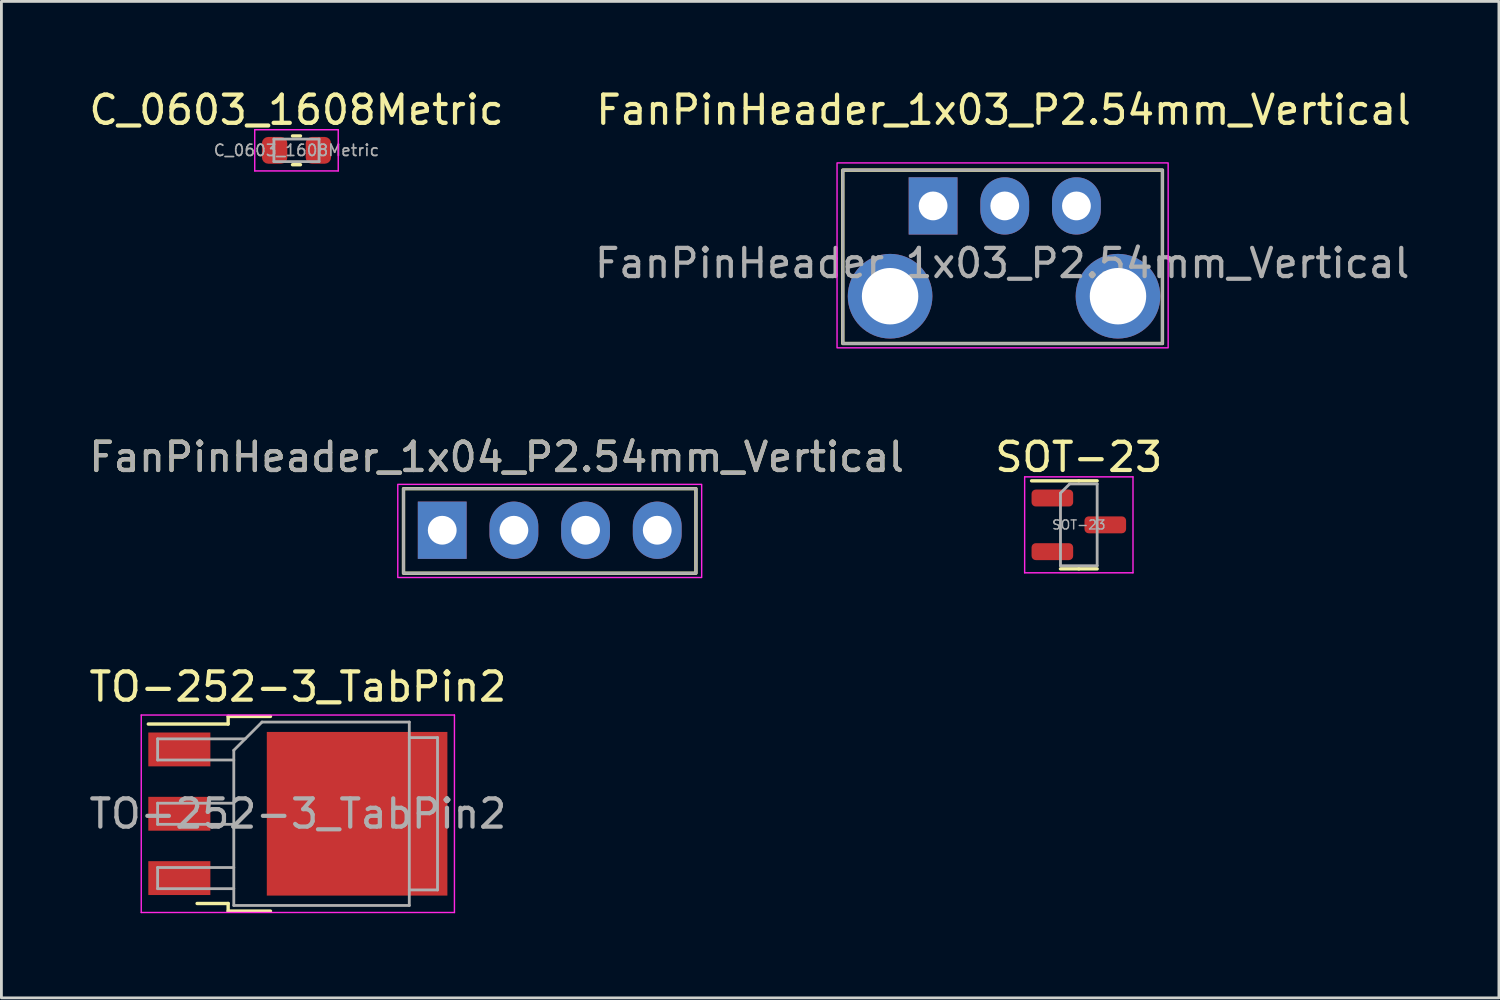
<source format=kicad_pcb>
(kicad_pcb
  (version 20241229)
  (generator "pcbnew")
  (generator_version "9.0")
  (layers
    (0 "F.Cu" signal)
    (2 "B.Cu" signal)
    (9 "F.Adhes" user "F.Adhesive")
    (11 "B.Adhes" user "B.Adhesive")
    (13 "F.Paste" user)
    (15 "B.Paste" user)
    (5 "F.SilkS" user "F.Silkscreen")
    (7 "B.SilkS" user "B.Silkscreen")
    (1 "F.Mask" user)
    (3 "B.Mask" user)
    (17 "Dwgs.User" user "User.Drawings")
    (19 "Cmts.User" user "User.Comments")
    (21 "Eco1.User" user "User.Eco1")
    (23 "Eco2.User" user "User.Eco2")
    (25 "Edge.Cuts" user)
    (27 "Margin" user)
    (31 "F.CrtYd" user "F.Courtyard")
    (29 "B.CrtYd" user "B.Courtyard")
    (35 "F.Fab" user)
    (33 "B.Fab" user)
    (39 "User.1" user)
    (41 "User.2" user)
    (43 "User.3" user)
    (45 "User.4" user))
  (footprint "C_0603_1608Metric"
    (layer "F.Cu")
    (at 7.458 2.278)
    (property "Reference" "C_0603_1608Metric" (at 0 -1.43 0) (layer "F.SilkS") (effects (font (size 1 1) (thickness 0.15))))
    (attr smd)
    (fp_line (start -0.141 -0.51) (end 0.141 -0.51) (stroke (width 0.12) (type solid)) (layer "F.SilkS"))
    (fp_line (start -0.141 0.51) (end 0.141 0.51) (stroke (width 0.12) (type solid)) (layer "F.SilkS"))
    (fp_line (start -1.48 -0.73) (end 1.48 -0.73) (stroke (width 0.05) (type solid)) (layer "F.CrtYd"))
    (fp_line (start -1.48 0.73) (end -1.48 -0.73) (stroke (width 0.05) (type solid)) (layer "F.CrtYd"))
    (fp_line (start 1.48 -0.73) (end 1.48 0.73) (stroke (width 0.05) (type solid)) (layer "F.CrtYd"))
    (fp_line (start 1.48 0.73) (end -1.48 0.73) (stroke (width 0.05) (type solid)) (layer "F.CrtYd"))
    (fp_line (start -0.8 -0.4) (end 0.8 -0.4) (stroke (width 0.1) (type solid)) (layer "F.Fab"))
    (fp_line (start -0.8 0.4) (end -0.8 -0.4) (stroke (width 0.1) (type solid)) (layer "F.Fab"))
    (fp_line (start 0.8 -0.4) (end 0.8 0.4) (stroke (width 0.1) (type solid)) (layer "F.Fab"))
    (fp_line (start 0.8 0.4) (end -0.8 0.4) (stroke (width 0.1) (type solid)) (layer "F.Fab"))
    (fp_text user "${REFERENCE}" (at 0 0 0) (layer "F.Fab") (effects (font (size 0.4 0.4) (thickness 0.06))))
    (pad "1" smd roundrect (at -0.775 0) (size 0.9 0.95) (layers "F.Cu" "F.Mask" "F.Paste") (roundrect_rratio 0.25))
    (pad "2" smd roundrect (at 0.775 0) (size 0.9 0.95) (layers "F.Cu" "F.Mask" "F.Paste") (roundrect_rratio 0.25)))
  (footprint "TO-252-3_TabPin2"
    (layer "F.Cu")
    (at 7.506 25.791)
    (property "Reference" "TO-252-3_TabPin2" (at 0 -4.5 0) (layer "F.SilkS") (effects (font (size 1 1) (thickness 0.15))))
    (attr smd)
    (fp_line (start -2.47 -3.45) (end -2.47 -3.18) (stroke (width 0.12) (type solid)) (layer "F.SilkS"))
    (fp_line (start -2.47 -3.18) (end -5.3 -3.18) (stroke (width 0.12) (type solid)) (layer "F.SilkS"))
    (fp_line (start -2.47 3.18) (end -3.57 3.18) (stroke (width 0.12) (type solid)) (layer "F.SilkS"))
    (fp_line (start -2.47 3.45) (end -2.47 3.18) (stroke (width 0.12) (type solid)) (layer "F.SilkS"))
    (fp_line (start -0.97 -3.45) (end -2.47 -3.45) (stroke (width 0.12) (type solid)) (layer "F.SilkS"))
    (fp_line (start -0.97 3.45) (end -2.47 3.45) (stroke (width 0.12) (type solid)) (layer "F.SilkS"))
    (fp_line (start -5.55 -3.5) (end -5.55 3.5) (stroke (width 0.05) (type solid)) (layer "F.CrtYd"))
    (fp_line (start -5.55 3.5) (end 5.55 3.5) (stroke (width 0.05) (type solid)) (layer "F.CrtYd"))
    (fp_line (start 5.55 -3.5) (end -5.55 -3.5) (stroke (width 0.05) (type solid)) (layer "F.CrtYd"))
    (fp_line (start 5.55 3.5) (end 5.55 -3.5) (stroke (width 0.05) (type solid)) (layer "F.CrtYd"))
    (fp_line (start -4.97 -2.655) (end -4.97 -1.905) (stroke (width 0.1) (type solid)) (layer "F.Fab"))
    (fp_line (start -4.97 -1.905) (end -2.27 -1.905) (stroke (width 0.1) (type solid)) (layer "F.Fab"))
    (fp_line (start -4.97 -0.375) (end -4.97 0.375) (stroke (width 0.1) (type solid)) (layer "F.Fab"))
    (fp_line (start -4.97 0.375) (end -2.27 0.375) (stroke (width 0.1) (type solid)) (layer "F.Fab"))
    (fp_line (start -4.97 1.905) (end -4.97 2.655) (stroke (width 0.1) (type solid)) (layer "F.Fab"))
    (fp_line (start -4.97 2.655) (end -2.27 2.655) (stroke (width 0.1) (type solid)) (layer "F.Fab"))
    (fp_line (start -2.27 -2.25) (end -1.27 -3.25) (stroke (width 0.1) (type solid)) (layer "F.Fab"))
    (fp_line (start -2.27 -0.375) (end -4.97 -0.375) (stroke (width 0.1) (type solid)) (layer "F.Fab"))
    (fp_line (start -2.27 1.905) (end -4.97 1.905) (stroke (width 0.1) (type solid)) (layer "F.Fab"))
    (fp_line (start -2.27 3.25) (end -2.27 -2.25) (stroke (width 0.1) (type solid)) (layer "F.Fab"))
    (fp_line (start -1.865 -2.655) (end -4.97 -2.655) (stroke (width 0.1) (type solid)) (layer "F.Fab"))
    (fp_line (start -1.27 -3.25) (end 3.95 -3.25) (stroke (width 0.1) (type solid)) (layer "F.Fab"))
    (fp_line (start 3.95 -3.25) (end 3.95 3.25) (stroke (width 0.1) (type solid)) (layer "F.Fab"))
    (fp_line (start 3.95 -2.7) (end 4.95 -2.7) (stroke (width 0.1) (type solid)) (layer "F.Fab"))
    (fp_line (start 3.95 3.25) (end -2.27 3.25) (stroke (width 0.1) (type solid)) (layer "F.Fab"))
    (fp_line (start 4.95 -2.7) (end 4.95 2.7) (stroke (width 0.1) (type solid)) (layer "F.Fab"))
    (fp_line (start 4.95 2.7) (end 3.95 2.7) (stroke (width 0.1) (type solid)) (layer "F.Fab"))
    (fp_text user "${REFERENCE}" (at 0 0 0) (layer "F.Fab") (effects (font (size 1 1) (thickness 0.15))))
    (pad "" smd rect (at 0.425 -1.525) (size 3.05 2.75) (layers "F.Paste"))
    (pad "" smd rect (at 0.425 1.525) (size 3.05 2.75) (layers "F.Paste"))
    (pad "" smd rect (at 3.775 -1.525) (size 3.05 2.75) (layers "F.Paste"))
    (pad "" smd rect (at 3.775 1.525) (size 3.05 2.75) (layers "F.Paste"))
    (pad "1" smd rect (at -4.2 -2.28) (size 2.2 1.2) (layers "F.Cu" "F.Mask" "F.Paste"))
    (pad "2" smd rect (at -4.2 0) (size 2.2 1.2) (layers "F.Cu" "F.Mask" "F.Paste"))
    (pad "2" smd rect (at 2.1 0) (size 6.4 5.8) (layers "F.Cu" "F.Mask"))
    (pad "3" smd rect (at -4.2 2.28) (size 2.2 1.2) (layers "F.Cu" "F.Mask" "F.Paste")))
  (footprint "SOT-23"
    (layer "F.Cu")
    (at 35.185 15.551)
    (property "Reference" "SOT-23" (at 0 -2.4 0) (layer "F.SilkS") (effects (font (size 1 1) (thickness 0.15))))
    (attr smd)
    (fp_line (start 0 -1.56) (end -1.675 -1.56) (stroke (width 0.12) (type solid)) (layer "F.SilkS"))
    (fp_line (start 0 -1.56) (end 0.65 -1.56) (stroke (width 0.12) (type solid)) (layer "F.SilkS"))
    (fp_line (start 0 1.56) (end -0.65 1.56) (stroke (width 0.12) (type solid)) (layer "F.SilkS"))
    (fp_line (start 0 1.56) (end 0.65 1.56) (stroke (width 0.12) (type solid)) (layer "F.SilkS"))
    (fp_line (start -1.92 -1.7) (end -1.92 1.7) (stroke (width 0.05) (type solid)) (layer "F.CrtYd"))
    (fp_line (start -1.92 1.7) (end 1.92 1.7) (stroke (width 0.05) (type solid)) (layer "F.CrtYd"))
    (fp_line (start 1.92 -1.7) (end -1.92 -1.7) (stroke (width 0.05) (type solid)) (layer "F.CrtYd"))
    (fp_line (start 1.92 1.7) (end 1.92 -1.7) (stroke (width 0.05) (type solid)) (layer "F.CrtYd"))
    (fp_line (start -0.65 -1.125) (end -0.325 -1.45) (stroke (width 0.1) (type solid)) (layer "F.Fab"))
    (fp_line (start -0.65 1.45) (end -0.65 -1.125) (stroke (width 0.1) (type solid)) (layer "F.Fab"))
    (fp_line (start -0.325 -1.45) (end 0.65 -1.45) (stroke (width 0.1) (type solid)) (layer "F.Fab"))
    (fp_line (start 0.65 -1.45) (end 0.65 1.45) (stroke (width 0.1) (type solid)) (layer "F.Fab"))
    (fp_line (start 0.65 1.45) (end -0.65 1.45) (stroke (width 0.1) (type solid)) (layer "F.Fab"))
    (fp_text user "${REFERENCE}" (at 0 0 0) (layer "F.Fab") (effects (font (size 0.32 0.32) (thickness 0.05))))
    (pad "1" smd roundrect (at -0.938 -0.95) (size 1.475 0.6) (layers "F.Cu" "F.Mask" "F.Paste") (roundrect_rratio 0.25))
    (pad "2" smd roundrect (at -0.938 0.95) (size 1.475 0.6) (layers "F.Cu" "F.Mask" "F.Paste") (roundrect_rratio 0.25))
    (pad "3" smd roundrect (at 0.938 0) (size 1.475 0.6) (layers "F.Cu" "F.Mask" "F.Paste") (roundrect_rratio 0.25)))
  (footprint "FanPinHeader_1x04_P2.54mm_Vertical"
    (layer "F.Cu")
    (at 12.623 15.742)
    (property "Reference" "FanPinHeader_1x04_P2.54mm_Vertical" (at 1.93 -2.591 0) (layer "F.SilkS") (effects (font (size 1 1) (thickness 0.15))))
    (attr through_hole)
    (fp_rect (start -1.372 1.524) (end 8.992 -1.473) (stroke (width 0.12) (type solid)) (fill no) (layer "F.SilkS"))
    (fp_rect (start 9.195 -1.626) (end -1.575 1.676) (stroke (width 0.05) (type solid)) (fill no) (layer "F.CrtYd"))
    (fp_rect (start 8.992 -1.473) (end -1.372 1.524) (stroke (width 0.1) (type solid)) (fill no) (layer "F.Fab"))
    (fp_text user "${REFERENCE}" (at 1.93 -2.591 0) (layer "F.Fab") (effects (font (size 1 1) (thickness 0.15))))
    (pad "1" thru_hole rect (at 0 0 90) (size 2.03 1.73) (drill 1.02) (layers "*.Cu" "*.Mask"))
    (pad "2" thru_hole oval (at 2.54 0 90) (size 2.03 1.73) (drill 1.02) (layers "*.Cu" "*.Mask"))
    (pad "3" thru_hole oval (at 5.08 0 90) (size 2.03 1.73) (drill 1.02) (layers "*.Cu" "*.Mask"))
    (pad "4" thru_hole oval (at 7.62 0 90) (size 2.03 1.73) (drill 1.02) (layers "*.Cu" "*.Mask")))
  (footprint "FanPinHeader_1x03_P2.54mm_Vertical"
    (layer "F.Cu")
    (at 30.02 4.248)
    (property "Reference" "FanPinHeader_1x03_P2.54mm_Vertical" (at 2.5 -3.4 0) (layer "F.SilkS") (effects (font (size 1 1) (thickness 0.15))))
    (attr through_hole)
    (fp_rect (start -3.2 -1.27) (end 8.128 4.877) (stroke (width 0.12) (type solid)) (fill no) (layer "F.SilkS"))
    (fp_rect (start 8.331 -1.524) (end -3.404 5.029) (stroke (width 0.05) (type solid)) (fill no) (layer "F.CrtYd"))
    (fp_rect (start -3.2 -1.27) (end 8.128 4.877) (stroke (width 0.1) (type solid)) (fill no) (layer "F.Fab"))
    (fp_text user "${REFERENCE}" (at 2.45 2.032 0) (layer "F.Fab") (effects (font (size 1 1) (thickness 0.15))))
    (pad "" thru_hole circle (at -1.524 3.2) (size 3 3) (drill 2) (layers "*.Cu" "*.Mask"))
    (pad "" thru_hole circle (at 6.553 3.2) (size 3 3) (drill 2) (layers "*.Cu" "*.Mask"))
    (pad "1" thru_hole rect (at 0 0 90) (size 2.03 1.73) (drill 1.02) (layers "*.Cu" "*.Mask"))
    (pad "2" thru_hole oval (at 2.54 0 90) (size 2.03 1.73) (drill 1.02) (layers "*.Cu" "*.Mask"))
    (pad "3" thru_hole oval (at 5.08 0 90) (size 2.03 1.73) (drill 1.02) (layers "*.Cu" "*.Mask")))
  (gr_rect
    (start -3 -3)
    (end 50.074 32.316)
    (stroke (width 0.1) (type default))
    (fill no)
    (layer "Edge.Cuts")))
</source>
